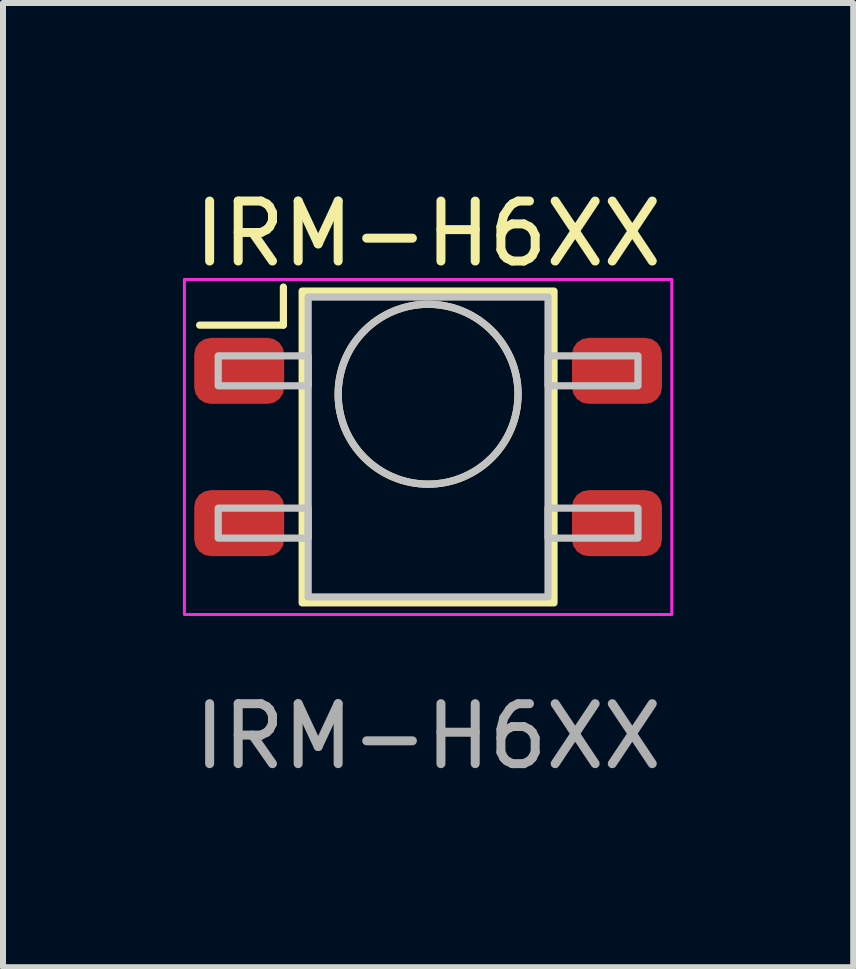
<source format=kicad_pcb>
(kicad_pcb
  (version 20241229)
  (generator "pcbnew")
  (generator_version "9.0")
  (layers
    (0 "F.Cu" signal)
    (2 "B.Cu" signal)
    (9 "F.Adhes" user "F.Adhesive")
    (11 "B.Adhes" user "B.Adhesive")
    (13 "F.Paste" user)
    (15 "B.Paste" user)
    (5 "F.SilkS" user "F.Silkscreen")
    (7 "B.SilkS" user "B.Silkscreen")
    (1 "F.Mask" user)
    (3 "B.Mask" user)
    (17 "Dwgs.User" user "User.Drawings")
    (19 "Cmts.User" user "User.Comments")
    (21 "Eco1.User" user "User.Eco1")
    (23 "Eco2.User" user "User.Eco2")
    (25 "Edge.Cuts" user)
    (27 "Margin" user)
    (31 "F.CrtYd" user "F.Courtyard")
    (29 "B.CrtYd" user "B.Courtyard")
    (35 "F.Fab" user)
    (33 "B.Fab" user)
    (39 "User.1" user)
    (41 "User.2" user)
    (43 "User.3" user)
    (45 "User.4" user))
  (footprint "IRM-H6XX"
    (layer "F.Cu")
    (at 4.089 4.404)
    (property "Reference" "IRM-H6XX" (at 0 -3.556 0) (unlocked yes) (layer "F.SilkS") (effects (font (size 1 1) (thickness 0.15))))
    (attr smd)
    (fp_line (start -2.413 -2.667) (end -2.413 -2.032) (stroke (width 0.12) (type solid)) (layer "F.SilkS"))
    (fp_line (start -2.413 -2.032) (end -3.81 -2.032) (stroke (width 0.12) (type solid)) (layer "F.SilkS"))
    (fp_rect (start -2.1 -2.6) (end 2.1 2.6) (stroke (width 0.12) (type solid)) (fill no) (layer "F.SilkS"))
    (fp_circle (center 0 -0.88) (end 1.5 -0.88) (stroke (width 0.12) (type solid)) (fill no) (layer "F.SilkS"))
    (fp_rect (start -3.5 -1.52) (end -2 -1.02) (stroke (width 0.12) (type solid)) (fill no) (layer "Dwgs.User"))
    (fp_rect (start -3.5 1.52) (end -2 1.02) (stroke (width 0.12) (type solid)) (fill no) (layer "Dwgs.User"))
    (fp_rect (start -2 -2.5) (end 2 2.5) (stroke (width 0.12) (type solid)) (fill no) (layer "Dwgs.User"))
    (fp_rect (start 3.5 -1.02) (end 2 -1.52) (stroke (width 0.12) (type solid)) (fill no) (layer "Dwgs.User"))
    (fp_rect (start 3.5 1.52) (end 2 1.02) (stroke (width 0.12) (type solid)) (fill no) (layer "Dwgs.User"))
    (fp_circle (center 0 -0.88) (end 1.5 -0.88) (stroke (width 0.12) (type solid)) (fill no) (layer "Dwgs.User"))
    (fp_rect (start -4.064 -2.794) (end 4.064 2.794) (stroke (width 0.05) (type solid)) (fill no) (layer "F.CrtYd"))
    (fp_text user "${REFERENCE}" (at 0 4.826 0) (unlocked yes) (layer "F.Fab") (effects (font (size 1 1) (thickness 0.15))))
    (pad "1" smd roundrect (at -3.15 -1.27) (size 1.5 1.1) (layers "F.Cu" "F.Mask" "F.Paste") (roundrect_rratio 0.25))
    (pad "2" smd roundrect (at -3.15 1.27) (size 1.5 1.1) (layers "F.Cu" "F.Mask" "F.Paste") (roundrect_rratio 0.25))
    (pad "3" smd roundrect (at 3.15 1.27) (size 1.5 1.1) (layers "F.Cu" "F.Mask" "F.Paste") (roundrect_rratio 0.25))
    (pad "4" smd roundrect (at 3.15 -1.27) (size 1.5 1.1) (layers "F.Cu" "F.Mask" "F.Paste") (roundrect_rratio 0.25)))
  (gr_rect
    (start -3 -3)
    (end 11.178 13.079)
    (stroke (width 0.1) (type default))
    (fill no)
    (layer "Edge.Cuts")))
</source>
